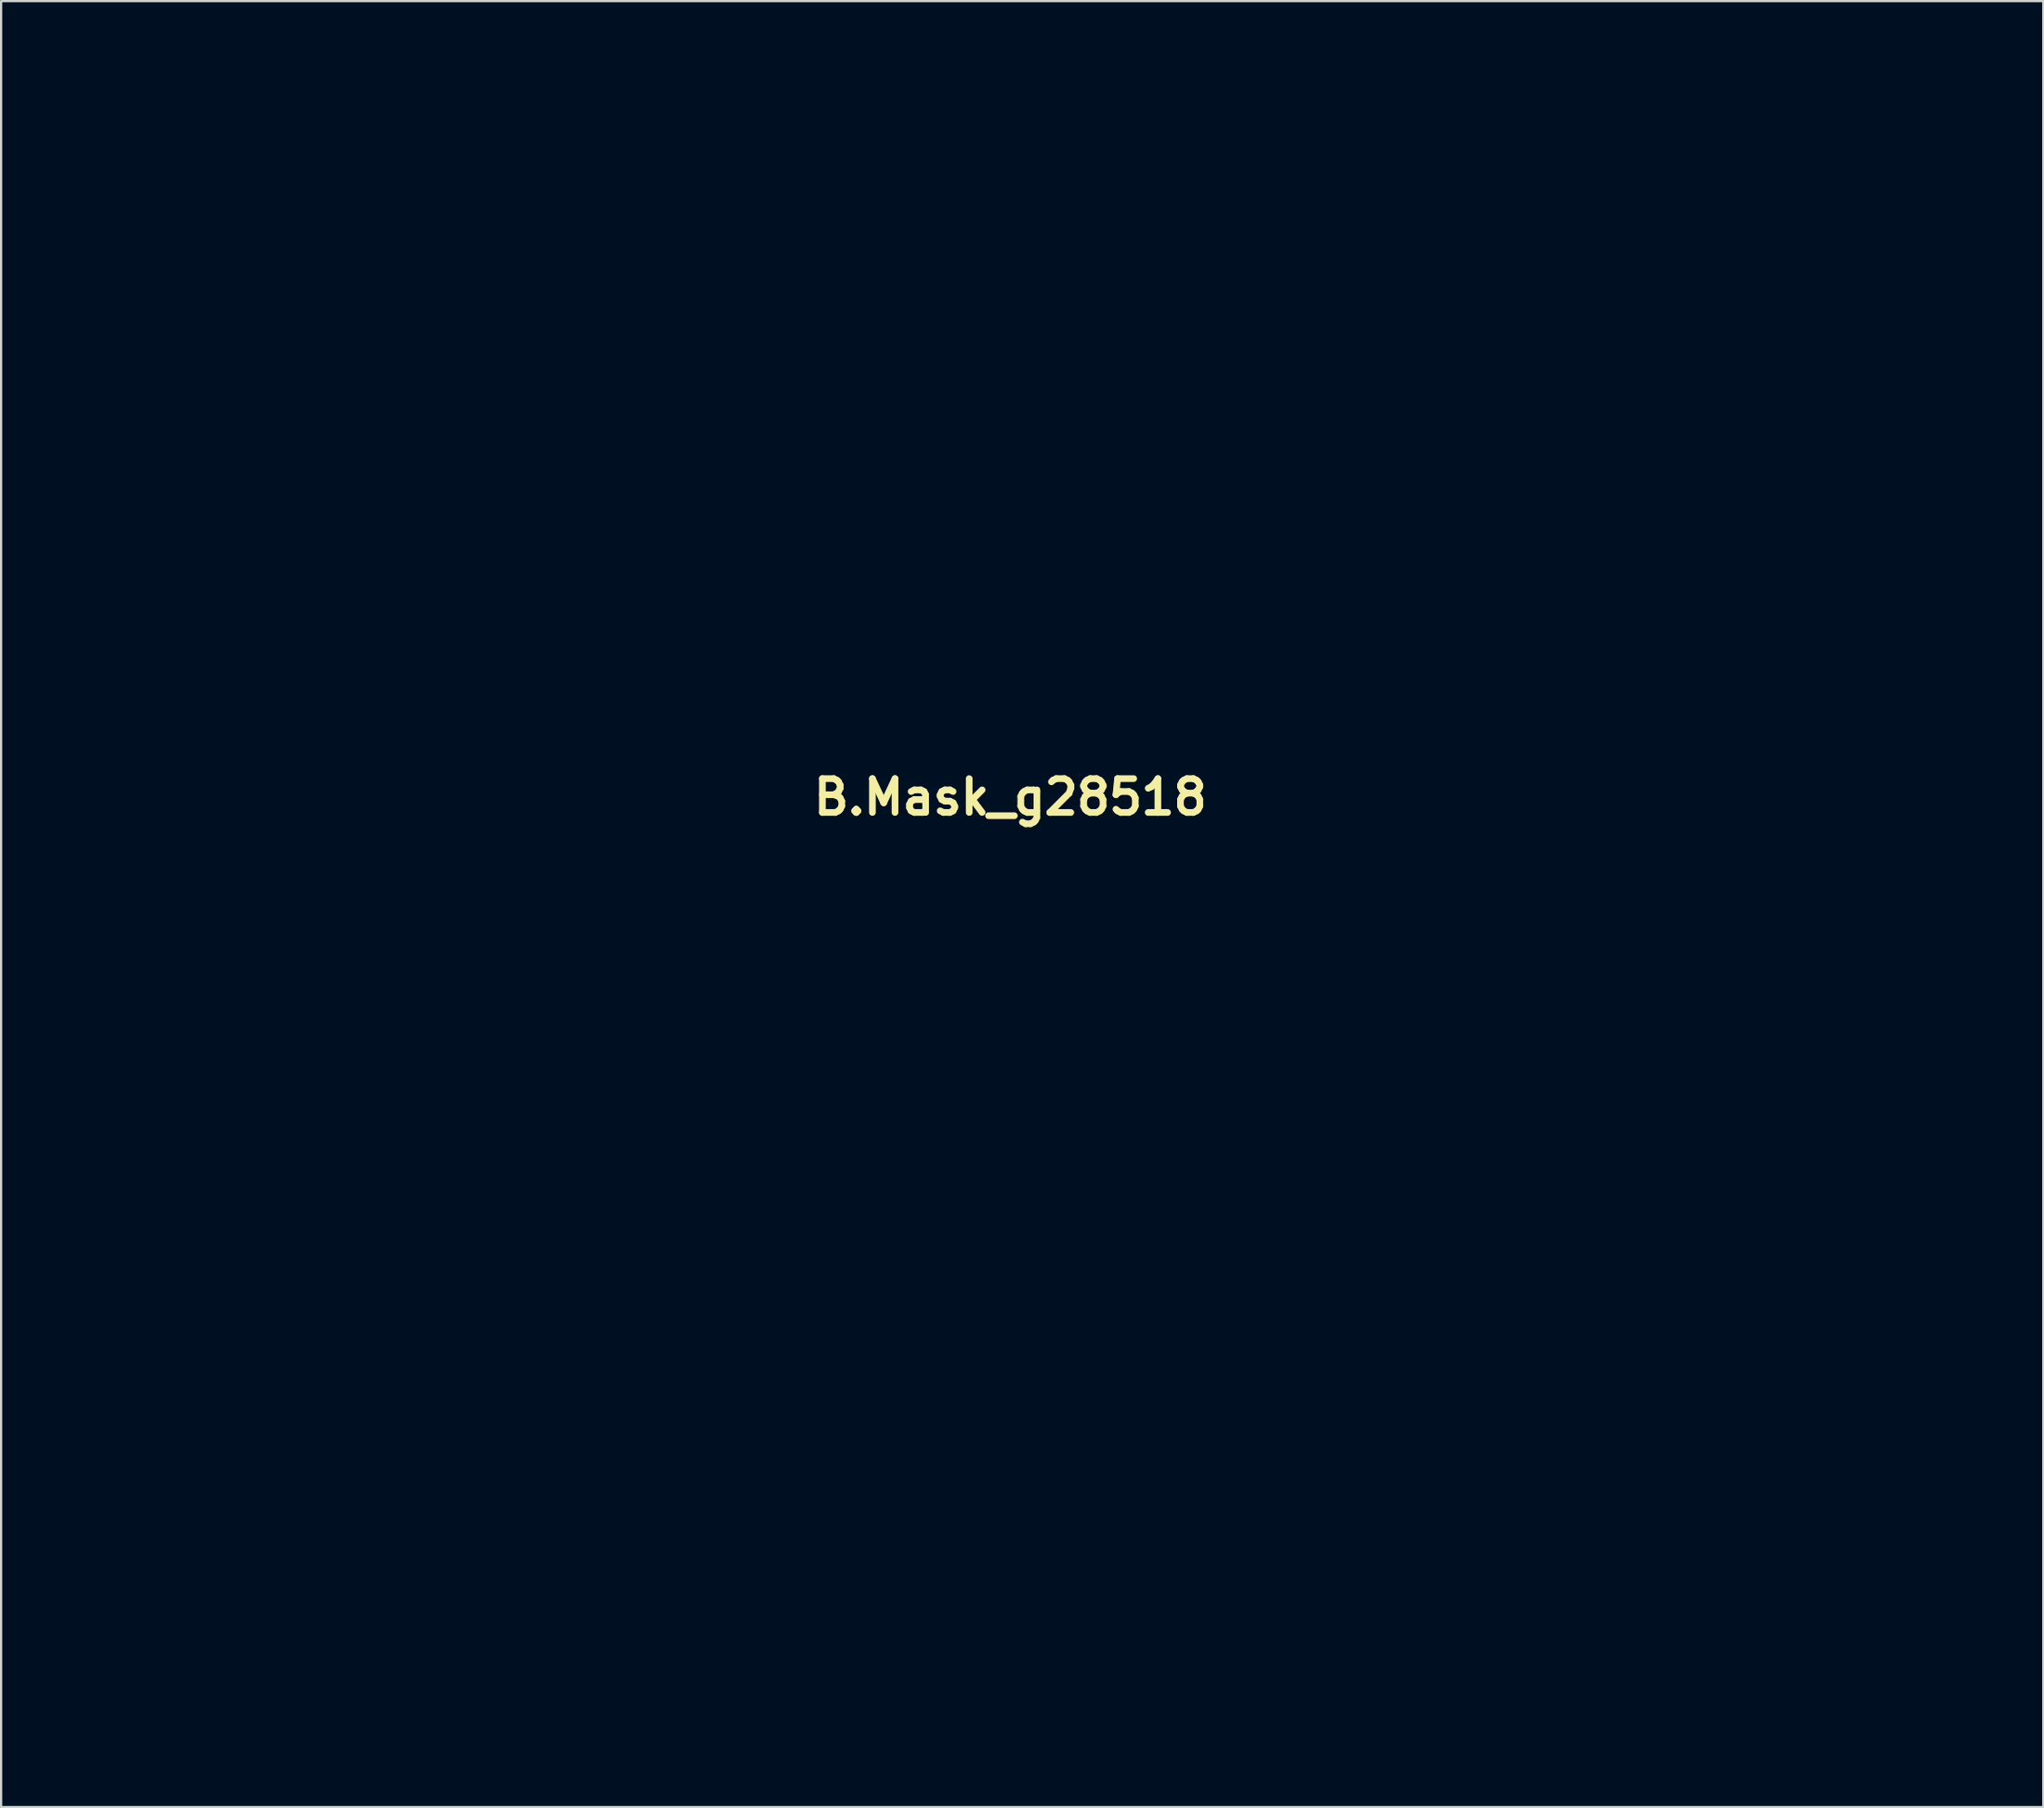
<source format=kicad_pcb>
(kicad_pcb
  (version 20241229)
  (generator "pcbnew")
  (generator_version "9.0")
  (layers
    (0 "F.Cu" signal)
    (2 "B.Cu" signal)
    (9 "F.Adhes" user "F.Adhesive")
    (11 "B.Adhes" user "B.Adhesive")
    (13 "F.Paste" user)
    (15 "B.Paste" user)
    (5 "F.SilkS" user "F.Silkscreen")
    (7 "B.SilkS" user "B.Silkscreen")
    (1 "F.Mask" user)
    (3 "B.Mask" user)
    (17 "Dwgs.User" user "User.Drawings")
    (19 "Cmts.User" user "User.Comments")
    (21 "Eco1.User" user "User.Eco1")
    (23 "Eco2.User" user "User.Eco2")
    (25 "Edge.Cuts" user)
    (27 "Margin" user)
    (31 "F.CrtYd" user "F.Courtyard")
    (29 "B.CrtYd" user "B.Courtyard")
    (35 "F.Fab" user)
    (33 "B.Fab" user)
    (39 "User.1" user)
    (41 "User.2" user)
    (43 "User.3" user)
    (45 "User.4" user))
  (footprint "B.Mask_g28518"
    (layer "F.Cu")
    (at 42.411 32.834)
    (property "Reference" "B.Mask_g28518" (at 0 0 0) (layer "F.SilkS") (effects (font (size 1.524 1.524) (thickness 0.3))))
    (attr through_hole)
    (fp_poly (pts (xy 40.063 12.781) (xy 40.375 12.859) (xy 40.673 12.976) (xy 40.89 13.092) (xy 41.205 13.301) (xy 41.485 13.535) (xy 41.73 13.794) (xy 41.942 14.078) (xy 42.121 14.387) (xy 42.266 14.723) (xy 42.303 14.828) (xy 42.376 15.066) (xy 42.434 15.303) (xy 42.477 15.548) (xy 42.509 15.811) (xy 42.53 16.1) (xy 42.538 16.32) (xy 42.539 16.75) (xy 42.517 17.198) (xy 42.473 17.667) (xy 42.405 18.158) (xy 42.313 18.676) (xy 42.198 19.22) (xy 42.058 19.796) (xy 41.955 20.182) (xy 41.871 20.481) (xy 41.792 20.747) (xy 41.714 20.988) (xy 41.634 21.214) (xy 41.549 21.432) (xy 41.456 21.652) (xy 41.351 21.881) (xy 41.231 22.129) (xy 41.221 22.151) (xy 40.989 22.599) (xy 40.728 23.063) (xy 40.444 23.535) (xy 40.14 24.007) (xy 39.824 24.472) (xy 39.499 24.92) (xy 39.172 25.344) (xy 38.988 25.569) (xy 38.857 25.725) (xy 38.706 25.9) (xy 38.538 26.093) (xy 38.354 26.302) (xy 38.156 26.524) (xy 37.946 26.757) (xy 37.726 27) (xy 37.498 27.251) (xy 37.263 27.507) (xy 37.024 27.767) (xy 36.783 28.028) (xy 36.54 28.289) (xy 36.299 28.548) (xy 36.061 28.802) (xy 35.827 29.05) (xy 35.6 29.29) (xy 35.382 29.519) (xy 35.174 29.736) (xy 34.979 29.939) (xy 34.797 30.125) (xy 34.632 30.293) (xy 34.484 30.441) (xy 34.357 30.566) (xy 34.25 30.667) (xy 34.168 30.742) (xy 34.11 30.788) (xy 34.089 30.802) (xy 33.999 30.823) (xy 33.947 30.818) (xy 33.907 30.81) (xy 33.873 30.797) (xy 33.839 30.775) (xy 33.8 30.739) (xy 33.75 30.684) (xy 33.685 30.605) (xy 33.602 30.501) (xy 33.421 30.267) (xy 33.221 30.001) (xy 33.007 29.705) (xy 32.78 29.384) (xy 32.544 29.042) (xy 32.301 28.682) (xy 32.265 28.628) (xy 32.046 28.293) (xy 31.854 27.986) (xy 31.686 27.7) (xy 31.542 27.432) (xy 31.419 27.178) (xy 31.316 26.931) (xy 31.232 26.688) (xy 31.164 26.444) (xy 31.111 26.194) (xy 31.071 25.934) (xy 31.043 25.659) (xy 31.024 25.365) (xy 31.017 25.157) (xy 31.014 24.987) (xy 31.014 24.783) (xy 31.016 24.553) (xy 31.021 24.305) (xy 31.028 24.046) (xy 31.037 23.785) (xy 31.048 23.529) (xy 31.06 23.287) (xy 31.073 23.067) (xy 31.074 23.05) (xy 31.103 22.707) (xy 31.141 22.392) (xy 31.192 22.093) (xy 31.257 21.798) (xy 31.338 21.494) (xy 31.371 21.384) (xy 31.589 20.719) (xy 31.836 20.066) (xy 32.109 19.427) (xy 32.407 18.805) (xy 32.729 18.202) (xy 33.074 17.62) (xy 33.44 17.059) (xy 33.825 16.523) (xy 34.228 16.013) (xy 34.647 15.532) (xy 35.082 15.081) (xy 35.53 14.661) (xy 35.991 14.276) (xy 36.462 13.927) (xy 36.942 13.615) (xy 37.43 13.344) (xy 37.458 13.329) (xy 37.877 13.134) (xy 38.279 12.977) (xy 38.666 12.859) (xy 39.038 12.781) (xy 39.394 12.742) (xy 39.736 12.742) (xy 40.063 12.781)) (stroke (width 0.01) (type solid)) (fill yes) (layer "B.Mask"))
    (fp_poly (pts (xy 39.836 -5.193) (xy 39.997 -5.185) (xy 40.138 -5.17) (xy 40.217 -5.156) (xy 40.532 -5.067) (xy 40.833 -4.938) (xy 41.116 -4.773) (xy 41.381 -4.571) (xy 41.624 -4.336) (xy 41.844 -4.067) (xy 41.995 -3.842) (xy 42.1 -3.65) (xy 42.204 -3.42) (xy 42.308 -3.153) (xy 42.411 -2.852) (xy 42.513 -2.52) (xy 42.612 -2.16) (xy 42.708 -1.775) (xy 42.801 -1.368) (xy 42.89 -0.942) (xy 42.975 -0.499) (xy 43.054 -0.042) (xy 43.128 0.425) (xy 43.195 0.9) (xy 43.256 1.38) (xy 43.309 1.862) (xy 43.354 2.343) (xy 43.391 2.821) (xy 43.412 3.175) (xy 43.426 3.438) (xy 43.438 3.662) (xy 43.448 3.851) (xy 43.456 4.009) (xy 43.462 4.139) (xy 43.467 4.245) (xy 43.471 4.331) (xy 43.474 4.4) (xy 43.475 4.455) (xy 43.476 4.501) (xy 43.476 4.541) (xy 43.476 4.542) (xy 43.476 4.692) (xy 42.889 5.156) (xy 42.417 5.528) (xy 41.976 5.875) (xy 41.565 6.198) (xy 41.182 6.499) (xy 40.825 6.779) (xy 40.492 7.039) (xy 40.181 7.281) (xy 39.891 7.506) (xy 39.621 7.716) (xy 39.367 7.912) (xy 39.129 8.094) (xy 38.905 8.265) (xy 38.693 8.427) (xy 38.491 8.579) (xy 38.298 8.724) (xy 38.185 8.809) (xy 37.788 9.102) (xy 37.422 9.367) (xy 37.086 9.606) (xy 36.779 9.818) (xy 36.5 10.004) (xy 36.248 10.166) (xy 36.023 10.302) (xy 35.822 10.415) (xy 35.646 10.504) (xy 35.494 10.57) (xy 35.456 10.584) (xy 35.338 10.624) (xy 35.189 10.668) (xy 35.021 10.714) (xy 34.846 10.758) (xy 34.675 10.799) (xy 34.52 10.832) (xy 34.438 10.847) (xy 34.323 10.863) (xy 34.18 10.876) (xy 34.021 10.885) (xy 33.857 10.891) (xy 33.699 10.892) (xy 33.557 10.889) (xy 33.443 10.882) (xy 33.414 10.878) (xy 33.086 10.814) (xy 32.78 10.714) (xy 32.493 10.578) (xy 32.222 10.405) (xy 31.966 10.192) (xy 31.827 10.053) (xy 31.598 9.783) (xy 31.394 9.479) (xy 31.217 9.145) (xy 31.066 8.782) (xy 30.943 8.391) (xy 30.848 7.975) (xy 30.816 7.785) (xy 30.797 7.627) (xy 30.782 7.438) (xy 30.772 7.226) (xy 30.767 7.004) (xy 30.766 6.78) (xy 30.771 6.566) (xy 30.781 6.371) (xy 30.794 6.223) (xy 30.856 5.707) (xy 30.922 5.227) (xy 30.994 4.778) (xy 31.072 4.353) (xy 31.158 3.947) (xy 31.253 3.555) (xy 31.359 3.169) (xy 31.476 2.785) (xy 31.57 2.5) (xy 31.764 1.971) (xy 31.985 1.445) (xy 32.228 0.93) (xy 32.49 0.433) (xy 32.766 -0.035) (xy 32.94 -0.303) (xy 33.221 -0.698) (xy 33.537 -1.102) (xy 33.885 -1.508) (xy 34.258 -1.914) (xy 34.653 -2.312) (xy 35.065 -2.699) (xy 35.489 -3.07) (xy 35.719 -3.259) (xy 36.102 -3.558) (xy 36.487 -3.838) (xy 36.869 -4.096) (xy 37.247 -4.331) (xy 37.616 -4.541) (xy 37.975 -4.726) (xy 38.319 -4.882) (xy 38.647 -5.01) (xy 38.956 -5.106) (xy 39.222 -5.167) (xy 39.346 -5.183) (xy 39.498 -5.193) (xy 39.666 -5.196) (xy 39.836 -5.193)) (stroke (width 0.01) (type solid)) (fill yes) (layer "B.Mask"))
    (fp_poly (pts (xy 28.734 -3.723) (xy 28.77 -3.68) (xy 28.795 -3.604) (xy 28.812 -3.51) (xy 28.818 -3.438) (xy 28.822 -3.329) (xy 28.825 -3.19) (xy 28.825 -3.025) (xy 28.824 -2.84) (xy 28.821 -2.642) (xy 28.817 -2.435) (xy 28.811 -2.226) (xy 28.803 -2.02) (xy 28.795 -1.823) (xy 28.785 -1.641) (xy 28.777 -1.513) (xy 28.734 -0.953) (xy 28.688 -0.429) (xy 28.637 0.062) (xy 28.58 0.526) (xy 28.517 0.968) (xy 28.446 1.392) (xy 28.367 1.805) (xy 28.278 2.209) (xy 28.179 2.612) (xy 28.069 3.018) (xy 27.946 3.431) (xy 27.81 3.857) (xy 27.663 4.292) (xy 27.477 4.806) (xy 27.271 5.33) (xy 27.049 5.858) (xy 26.815 6.381) (xy 26.572 6.893) (xy 26.324 7.385) (xy 26.073 7.85) (xy 25.833 8.266) (xy 25.575 8.681) (xy 25.294 9.102) (xy 24.995 9.525) (xy 24.68 9.947) (xy 24.353 10.363) (xy 24.016 10.772) (xy 23.673 11.168) (xy 23.326 11.549) (xy 22.979 11.911) (xy 22.635 12.251) (xy 22.297 12.565) (xy 21.968 12.85) (xy 21.651 13.101) (xy 21.445 13.251) (xy 21.156 13.435) (xy 20.857 13.592) (xy 20.555 13.719) (xy 20.258 13.812) (xy 20.066 13.854) (xy 19.976 13.866) (xy 19.852 13.876) (xy 19.7 13.885) (xy 19.53 13.891) (xy 19.347 13.896) (xy 19.16 13.899) (xy 18.977 13.899) (xy 18.805 13.897) (xy 18.652 13.893) (xy 18.526 13.885) (xy 18.521 13.885) (xy 18.321 13.867) (xy 18.157 13.847) (xy 18.02 13.823) (xy 17.903 13.794) (xy 17.8 13.757) (xy 17.702 13.71) (xy 17.603 13.651) (xy 17.561 13.624) (xy 17.338 13.45) (xy 17.131 13.239) (xy 16.942 12.991) (xy 16.772 12.709) (xy 16.62 12.394) (xy 16.489 12.046) (xy 16.377 11.668) (xy 16.286 11.26) (xy 16.217 10.825) (xy 16.202 10.7) (xy 16.171 10.321) (xy 16.157 9.912) (xy 16.16 9.483) (xy 16.18 9.042) (xy 16.216 8.598) (xy 16.268 8.159) (xy 16.334 7.734) (xy 16.415 7.332) (xy 16.448 7.195) (xy 16.518 6.927) (xy 16.597 6.66) (xy 16.688 6.389) (xy 16.791 6.11) (xy 16.909 5.817) (xy 17.045 5.504) (xy 17.199 5.166) (xy 17.375 4.798) (xy 17.376 4.794) (xy 17.738 4.089) (xy 18.119 3.419) (xy 18.521 2.785) (xy 18.947 2.184) (xy 19.396 1.615) (xy 19.871 1.075) (xy 20.373 0.564) (xy 20.904 0.079) (xy 21.465 -0.381) (xy 22.057 -0.817) (xy 22.682 -1.231) (xy 22.818 -1.316) (xy 23.064 -1.464) (xy 23.322 -1.614) (xy 23.584 -1.76) (xy 23.841 -1.898) (xy 24.086 -2.024) (xy 24.31 -2.134) (xy 24.464 -2.205) (xy 24.641 -2.282) (xy 24.843 -2.367) (xy 25.065 -2.458) (xy 25.304 -2.554) (xy 25.556 -2.654) (xy 25.819 -2.756) (xy 26.088 -2.86) (xy 26.36 -2.963) (xy 26.632 -3.066) (xy 26.901 -3.165) (xy 27.162 -3.261) (xy 27.413 -3.352) (xy 27.65 -3.436) (xy 27.87 -3.512) (xy 28.069 -3.58) (xy 28.243 -3.637) (xy 28.39 -3.683) (xy 28.506 -3.716) (xy 28.587 -3.735) (xy 28.609 -3.739) (xy 28.682 -3.741) (xy 28.734 -3.723)) (stroke (width 0.01) (type solid)) (fill yes) (layer "B.Mask"))
    (fp_poly (pts (xy 15.09 16.924) (xy 15.367 16.926) (xy 15.623 16.929) (xy 15.853 16.933) (xy 16.052 16.939) (xy 16.217 16.946) (xy 16.298 16.951) (xy 16.656 16.982) (xy 16.974 17.019) (xy 17.258 17.066) (xy 17.509 17.122) (xy 17.732 17.19) (xy 17.93 17.27) (xy 18.105 17.363) (xy 18.262 17.472) (xy 18.403 17.596) (xy 18.532 17.738) (xy 18.59 17.813) (xy 18.762 18.073) (xy 18.916 18.37) (xy 19.052 18.703) (xy 19.169 19.071) (xy 19.266 19.472) (xy 19.344 19.905) (xy 19.382 20.182) (xy 19.396 20.333) (xy 19.407 20.517) (xy 19.415 20.728) (xy 19.42 20.956) (xy 19.421 21.194) (xy 19.42 21.433) (xy 19.416 21.666) (xy 19.408 21.884) (xy 19.398 22.078) (xy 19.384 22.242) (xy 19.382 22.266) (xy 19.32 22.726) (xy 19.24 23.182) (xy 19.143 23.623) (xy 19.032 24.039) (xy 18.95 24.298) (xy 18.772 24.791) (xy 18.559 25.302) (xy 18.316 25.826) (xy 18.044 26.359) (xy 17.746 26.897) (xy 17.425 27.437) (xy 17.084 27.973) (xy 16.724 28.502) (xy 16.35 29.019) (xy 15.963 29.521) (xy 15.565 30.004) (xy 15.161 30.462) (xy 14.796 30.847) (xy 14.501 31.141) (xy 14.224 31.402) (xy 13.96 31.635) (xy 13.706 31.841) (xy 13.455 32.026) (xy 13.204 32.192) (xy 12.949 32.343) (xy 12.684 32.483) (xy 12.647 32.501) (xy 12.218 32.695) (xy 11.793 32.85) (xy 11.362 32.972) (xy 10.916 33.062) (xy 10.696 33.094) (xy 10.563 33.107) (xy 10.401 33.117) (xy 10.222 33.122) (xy 10.035 33.123) (xy 9.85 33.121) (xy 9.679 33.115) (xy 9.531 33.104) (xy 9.43 33.092) (xy 9.161 33.04) (xy 8.924 32.969) (xy 8.714 32.876) (xy 8.524 32.758) (xy 8.347 32.611) (xy 8.247 32.511) (xy 8.054 32.278) (xy 7.881 32.008) (xy 7.727 31.7) (xy 7.593 31.354) (xy 7.477 30.971) (xy 7.382 30.55) (xy 7.305 30.091) (xy 7.248 29.595) (xy 7.216 29.178) (xy 7.204 28.894) (xy 7.2 28.608) (xy 7.207 28.321) (xy 7.223 28.028) (xy 7.25 27.73) (xy 7.288 27.422) (xy 7.338 27.105) (xy 7.4 26.774) (xy 7.475 26.43) (xy 7.563 26.068) (xy 7.665 25.688) (xy 7.78 25.288) (xy 7.911 24.865) (xy 8.057 24.417) (xy 8.218 23.943) (xy 8.396 23.44) (xy 8.59 22.907) (xy 8.802 22.341) (xy 9.031 21.741) (xy 9.205 21.292) (xy 9.257 21.158) (xy 9.32 20.999) (xy 9.392 20.817) (xy 9.471 20.615) (xy 9.557 20.397) (xy 9.649 20.165) (xy 9.744 19.923) (xy 9.843 19.673) (xy 9.944 19.419) (xy 10.045 19.164) (xy 10.145 18.911) (xy 10.244 18.662) (xy 10.339 18.422) (xy 10.43 18.192) (xy 10.516 17.976) (xy 10.595 17.778) (xy 10.666 17.599) (xy 10.728 17.444) (xy 10.78 17.315) (xy 10.82 17.215) (xy 10.848 17.147) (xy 10.861 17.115) (xy 10.863 17.113) (xy 10.888 17.105) (xy 10.947 17.092) (xy 11.033 17.077) (xy 11.137 17.06) (xy 11.251 17.043) (xy 11.367 17.027) (xy 11.478 17.013) (xy 11.575 17.001) (xy 11.61 16.998) (xy 11.752 16.987) (xy 11.931 16.977) (xy 12.143 16.968) (xy 12.384 16.959) (xy 12.649 16.951) (xy 12.934 16.945) (xy 13.233 16.939) (xy 13.543 16.934) (xy 13.859 16.93) (xy 14.176 16.927) (xy 14.49 16.925) (xy 14.796 16.924) (xy 15.09 16.924)) (stroke (width 0.01) (type solid)) (fill yes) (layer "B.Mask"))
    (fp_poly (pts (xy -23.427 -32.816) (xy -23.399 -32.794) (xy -23.384 -32.774) (xy -23.375 -32.746) (xy -23.37 -32.701) (xy -23.371 -32.631) (xy -23.375 -32.53) (xy -23.377 -32.492) (xy -23.392 -32.261) (xy -23.412 -31.993) (xy -23.437 -31.693) (xy -23.466 -31.367) (xy -23.499 -31.018) (xy -23.536 -30.652) (xy -23.576 -30.273) (xy -23.617 -29.887) (xy -23.661 -29.498) (xy -23.706 -29.111) (xy -23.751 -28.731) (xy -23.797 -28.363) (xy -23.841 -28.012) (xy -23.885 -27.682) (xy -23.928 -27.379) (xy -23.968 -27.107) (xy -24.006 -26.872) (xy -24.015 -26.821) (xy -24.136 -26.188) (xy -24.279 -25.586) (xy -24.446 -25.005) (xy -24.639 -24.437) (xy -24.862 -23.874) (xy -25.117 -23.309) (xy -25.324 -22.892) (xy -25.527 -22.507) (xy -25.74 -22.125) (xy -25.962 -21.747) (xy -26.189 -21.376) (xy -26.421 -21.016) (xy -26.654 -20.669) (xy -26.888 -20.337) (xy -27.119 -20.025) (xy -27.346 -19.733) (xy -27.567 -19.466) (xy -27.78 -19.227) (xy -27.982 -19.017) (xy -28.172 -18.839) (xy -28.348 -18.697) (xy -28.381 -18.674) (xy -28.515 -18.589) (xy -28.632 -18.535) (xy -28.742 -18.508) (xy -28.854 -18.507) (xy -28.872 -18.509) (xy -28.952 -18.513) (xy -29.024 -18.505) (xy -29.093 -18.481) (xy -29.164 -18.437) (xy -29.241 -18.372) (xy -29.33 -18.28) (xy -29.433 -18.16) (xy -29.531 -18.039) (xy -29.6 -17.955) (xy -29.661 -17.883) (xy -29.709 -17.831) (xy -29.737 -17.804) (xy -29.742 -17.801) (xy -29.767 -17.81) (xy -29.823 -17.834) (xy -29.906 -17.871) (xy -30.008 -17.919) (xy -30.124 -17.973) (xy -30.148 -17.984) (xy -30.299 -18.055) (xy -30.419 -18.108) (xy -30.513 -18.144) (xy -30.585 -18.167) (xy -30.64 -18.177) (xy -30.644 -18.177) (xy -30.755 -18.187) (xy -30.909 -18.031) (xy -31.005 -17.928) (xy -31.099 -17.811) (xy -31.197 -17.675) (xy -31.3 -17.515) (xy -31.414 -17.326) (xy -31.517 -17.146) (xy -31.584 -17.027) (xy -31.651 -16.911) (xy -31.712 -16.808) (xy -31.762 -16.727) (xy -31.792 -16.681) (xy -31.914 -16.526) (xy -32.044 -16.41) (xy -32.19 -16.328) (xy -32.356 -16.275) (xy -32.455 -16.257) (xy -32.542 -16.249) (xy -32.661 -16.243) (xy -32.801 -16.24) (xy -32.953 -16.238) (xy -33.107 -16.239) (xy -33.251 -16.242) (xy -33.376 -16.248) (xy -33.472 -16.255) (xy -33.475 -16.256) (xy -33.67 -16.292) (xy -33.838 -16.355) (xy -33.987 -16.449) (xy -34.126 -16.579) (xy -34.188 -16.652) (xy -34.386 -16.923) (xy -34.557 -17.218) (xy -34.704 -17.539) (xy -34.826 -17.89) (xy -34.926 -18.273) (xy -34.986 -18.584) (xy -35.006 -18.707) (xy -35.023 -18.834) (xy -35.039 -18.97) (xy -35.053 -19.121) (xy -35.066 -19.293) (xy -35.079 -19.49) (xy -35.092 -19.719) (xy -35.104 -19.957) (xy -35.135 -20.578) (xy -34.643 -21.322) (xy -34.361 -21.743) (xy -34.089 -22.142) (xy -33.819 -22.526) (xy -33.548 -22.902) (xy -33.27 -23.276) (xy -32.98 -23.656) (xy -32.673 -24.049) (xy -32.344 -24.462) (xy -32.185 -24.659) (xy -31.768 -25.166) (xy -31.337 -25.675) (xy -30.897 -26.184) (xy -30.449 -26.688) (xy -29.997 -27.185) (xy -29.545 -27.67) (xy -29.096 -28.141) (xy -28.654 -28.593) (xy -28.221 -29.023) (xy -27.8 -29.429) (xy -27.396 -29.805) (xy -27.019 -30.142) (xy -26.768 -30.36) (xy -26.511 -30.579) (xy -26.25 -30.797) (xy -25.988 -31.013) (xy -25.726 -31.225) (xy -25.468 -31.431) (xy -25.215 -31.63) (xy -24.97 -31.82) (xy -24.735 -31.999) (xy -24.512 -32.165) (xy -24.304 -32.316) (xy -24.113 -32.452) (xy -23.941 -32.569) (xy -23.791 -32.667) (xy -23.664 -32.743) (xy -23.564 -32.797) (xy -23.493 -32.825) (xy -23.465 -32.83) (xy -23.427 -32.816)) (stroke (width 0.01) (type solid)) (fill yes) (layer "B.Mask"))
    (fp_poly (pts (xy 25.591 26.085) (xy 25.795 26.087) (xy 25.988 26.092) (xy 26.163 26.098) (xy 26.313 26.106) (xy 26.432 26.116) (xy 26.469 26.121) (xy 26.701 26.17) (xy 26.919 26.255) (xy 27.126 26.377) (xy 27.327 26.538) (xy 27.443 26.653) (xy 27.643 26.888) (xy 27.829 27.16) (xy 28 27.467) (xy 28.154 27.804) (xy 28.29 28.169) (xy 28.405 28.559) (xy 28.446 28.723) (xy 28.489 28.909) (xy 28.522 29.074) (xy 28.546 29.227) (xy 28.564 29.379) (xy 28.575 29.539) (xy 28.582 29.718) (xy 28.584 29.926) (xy 28.584 30.014) (xy 28.573 30.446) (xy 28.541 30.876) (xy 28.486 31.312) (xy 28.408 31.76) (xy 28.306 32.226) (xy 28.178 32.717) (xy 28.14 32.851) (xy 27.927 33.532) (xy 27.684 34.21) (xy 27.411 34.88) (xy 27.113 35.538) (xy 26.789 36.179) (xy 26.444 36.799) (xy 26.079 37.393) (xy 25.697 37.957) (xy 25.299 38.487) (xy 25.115 38.714) (xy 24.929 38.933) (xy 24.723 39.165) (xy 24.503 39.406) (xy 24.273 39.649) (xy 24.041 39.89) (xy 23.811 40.121) (xy 23.588 40.338) (xy 23.38 40.534) (xy 23.19 40.704) (xy 23.156 40.733) (xy 22.718 41.09) (xy 22.284 41.406) (xy 21.853 41.68) (xy 21.427 41.914) (xy 21.006 42.107) (xy 20.589 42.258) (xy 20.178 42.367) (xy 19.772 42.435) (xy 19.744 42.438) (xy 19.638 42.446) (xy 19.505 42.452) (xy 19.354 42.456) (xy 19.195 42.457) (xy 19.039 42.456) (xy 18.895 42.452) (xy 18.773 42.446) (xy 18.683 42.438) (xy 18.68 42.437) (xy 18.484 42.396) (xy 18.269 42.325) (xy 18.041 42.229) (xy 17.943 42.181) (xy 17.824 42.118) (xy 17.673 42.033) (xy 17.495 41.93) (xy 17.294 41.811) (xy 17.072 41.678) (xy 16.835 41.533) (xy 16.586 41.379) (xy 16.329 41.219) (xy 16.069 41.053) (xy 16.002 41.011) (xy 15.689 40.811) (xy 15.397 40.625) (xy 15.128 40.454) (xy 14.884 40.299) (xy 14.666 40.162) (xy 14.477 40.043) (xy 14.318 39.944) (xy 14.19 39.865) (xy 14.097 39.808) (xy 14.092 39.806) (xy 13.887 39.683) (xy 13.921 39.616) (xy 13.94 39.579) (xy 13.979 39.506) (xy 14.034 39.402) (xy 14.104 39.27) (xy 14.189 39.112) (xy 14.285 38.931) (xy 14.393 38.73) (xy 14.509 38.511) (xy 14.633 38.279) (xy 14.763 38.036) (xy 14.898 37.783) (xy 15.036 37.526) (xy 15.175 37.266) (xy 15.314 37.006) (xy 15.452 36.749) (xy 15.586 36.498) (xy 15.715 36.257) (xy 15.839 36.027) (xy 15.954 35.811) (xy 15.987 35.751) (xy 16.293 35.18) (xy 16.582 34.645) (xy 16.853 34.145) (xy 17.109 33.677) (xy 17.349 33.24) (xy 17.575 32.833) (xy 17.789 32.453) (xy 17.99 32.1) (xy 18.181 31.77) (xy 18.362 31.463) (xy 18.534 31.178) (xy 18.699 30.911) (xy 18.858 30.662) (xy 19.01 30.429) (xy 19.159 30.211) (xy 19.304 30.005) (xy 19.447 29.81) (xy 19.588 29.624) (xy 19.73 29.446) (xy 19.872 29.274) (xy 20.016 29.106) (xy 20.164 28.94) (xy 20.315 28.776) (xy 20.471 28.611) (xy 20.626 28.451) (xy 20.927 28.151) (xy 21.21 27.883) (xy 21.481 27.642) (xy 21.747 27.424) (xy 22.013 27.225) (xy 22.283 27.041) (xy 22.565 26.867) (xy 22.863 26.7) (xy 23.125 26.563) (xy 23.343 26.455) (xy 23.533 26.365) (xy 23.702 26.293) (xy 23.857 26.236) (xy 24.007 26.192) (xy 24.158 26.158) (xy 24.319 26.134) (xy 24.497 26.116) (xy 24.701 26.102) (xy 24.818 26.096) (xy 24.991 26.09) (xy 25.182 26.086) (xy 25.385 26.084) (xy 25.591 26.085)) (stroke (width 0.01) (type solid)) (fill yes) (layer "B.Mask"))
    (fp_poly (pts (xy -34.459 -12.569) (xy -34.361 -12.568) (xy -34.296 -12.566) (xy -34.269 -12.563) (xy -34.269 -12.562) (xy -34.279 -12.534) (xy -34.308 -12.471) (xy -34.354 -12.379) (xy -34.415 -12.259) (xy -34.49 -12.115) (xy -34.577 -11.951) (xy -34.674 -11.769) (xy -34.779 -11.573) (xy -34.892 -11.366) (xy -35.009 -11.151) (xy -35.129 -10.932) (xy -35.251 -10.711) (xy -35.311 -10.604) (xy -35.432 -10.387) (xy -35.559 -10.159) (xy -35.688 -9.927) (xy -35.816 -9.697) (xy -35.939 -9.477) (xy -36.053 -9.274) (xy -36.153 -9.094) (xy -36.231 -8.954) (xy -36.455 -8.551) (xy -36.658 -8.182) (xy -36.839 -7.848) (xy -37.001 -7.546) (xy -37.144 -7.275) (xy -37.267 -7.035) (xy -37.372 -6.822) (xy -37.46 -6.638) (xy -37.53 -6.479) (xy -37.585 -6.345) (xy -37.623 -6.235) (xy -37.647 -6.148) (xy -37.655 -6.081) (xy -37.656 -6.074) (xy -37.649 -6.02) (xy -37.626 -5.965) (xy -37.584 -5.904) (xy -37.518 -5.831) (xy -37.424 -5.743) (xy -37.332 -5.662) (xy -37.192 -5.537) (xy -37.083 -5.433) (xy -37.005 -5.345) (xy -36.954 -5.27) (xy -36.927 -5.205) (xy -36.922 -5.146) (xy -36.925 -5.123) (xy -36.945 -5.078) (xy -36.984 -5.016) (xy -37.03 -4.955) (xy -37.108 -4.839) (xy -37.151 -4.723) (xy -37.157 -4.607) (xy -37.126 -4.489) (xy -37.057 -4.366) (xy -36.95 -4.239) (xy -36.804 -4.104) (xy -36.617 -3.962) (xy -36.513 -3.889) (xy -36.317 -3.755) (xy -36.156 -3.64) (xy -36.027 -3.542) (xy -35.929 -3.458) (xy -35.859 -3.388) (xy -35.815 -3.328) (xy -35.795 -3.278) (xy -35.793 -3.259) (xy -35.803 -3.227) (xy -35.831 -3.161) (xy -35.875 -3.066) (xy -35.933 -2.945) (xy -36.004 -2.802) (xy -36.085 -2.641) (xy -36.175 -2.466) (xy -36.271 -2.28) (xy -36.372 -2.088) (xy -36.476 -1.893) (xy -36.58 -1.699) (xy -36.682 -1.511) (xy -36.692 -1.492) (xy -36.772 -1.346) (xy -36.847 -1.208) (xy -36.915 -1.083) (xy -36.971 -0.977) (xy -37.014 -0.896) (xy -37.04 -0.845) (xy -37.044 -0.835) (xy -37.072 -0.777) (xy -37.113 -0.697) (xy -37.161 -0.607) (xy -37.181 -0.57) (xy -37.299 -0.355) (xy -37.422 -0.129) (xy -37.545 0.103) (xy -37.666 0.335) (xy -37.783 0.561) (xy -37.892 0.775) (xy -37.991 0.973) (xy -38.077 1.149) (xy -38.147 1.297) (xy -38.181 1.373) (xy -38.255 1.499) (xy -38.366 1.633) (xy -38.511 1.772) (xy -38.685 1.915) (xy -38.887 2.058) (xy -39.111 2.2) (xy -39.354 2.339) (xy -39.613 2.472) (xy -39.883 2.597) (xy -40.161 2.712) (xy -40.444 2.814) (xy -40.682 2.889) (xy -40.898 2.947) (xy -41.113 2.998) (xy -41.321 3.04) (xy -41.519 3.073) (xy -41.7 3.095) (xy -41.859 3.106) (xy -41.991 3.107) (xy -42.092 3.095) (xy -42.134 3.081) (xy -42.2 3.042) (xy -42.253 2.982) (xy -42.297 2.897) (xy -42.333 2.783) (xy -42.363 2.635) (xy -42.38 2.519) (xy -42.386 2.453) (xy -42.391 2.349) (xy -42.396 2.212) (xy -42.399 2.048) (xy -42.402 1.86) (xy -42.404 1.653) (xy -42.405 1.433) (xy -42.406 1.204) (xy -42.406 0.97) (xy -42.405 0.737) (xy -42.403 0.51) (xy -42.401 0.292) (xy -42.398 0.089) (xy -42.394 -0.094) (xy -42.39 -0.253) (xy -42.384 -0.383) (xy -42.38 -0.455) (xy -42.361 -0.727) (xy -42.34 -0.997) (xy -42.318 -1.258) (xy -42.296 -1.506) (xy -42.275 -1.733) (xy -42.255 -1.933) (xy -42.236 -2.099) (xy -42.229 -2.16) (xy -42.175 -2.543) (xy -42.106 -2.962) (xy -42.024 -3.411) (xy -41.93 -3.889) (xy -41.824 -4.389) (xy -41.708 -4.908) (xy -41.583 -5.442) (xy -41.45 -5.986) (xy -41.309 -6.538) (xy -41.162 -7.092) (xy -41.01 -7.644) (xy -40.854 -8.191) (xy -40.694 -8.728) (xy -40.532 -9.251) (xy -40.369 -9.757) (xy -40.295 -9.98) (xy -40.229 -10.176) (xy -40.159 -10.383) (xy -40.086 -10.597) (xy -40.012 -10.814) (xy -39.937 -11.03) (xy -39.864 -11.243) (xy -39.793 -11.447) (xy -39.727 -11.64) (xy -39.665 -11.817) (xy -39.609 -11.975) (xy -39.562 -12.11) (xy -39.523 -12.218) (xy -39.495 -12.296) (xy -39.478 -12.34) (xy -39.474 -12.348) (xy -39.448 -12.355) (xy -39.383 -12.365) (xy -39.284 -12.376) (xy -39.154 -12.388) (xy -38.996 -12.401) (xy -38.816 -12.414) (xy -38.616 -12.429) (xy -38.401 -12.443) (xy -38.173 -12.457) (xy -37.938 -12.471) (xy -37.699 -12.485) (xy -37.459 -12.497) (xy -37.223 -12.509) (xy -36.994 -12.519) (xy -36.777 -12.528) (xy -36.735 -12.53) (xy -36.558 -12.536) (xy -36.366 -12.541) (xy -36.161 -12.546) (xy -35.948 -12.551) (xy -35.732 -12.556) (xy -35.516 -12.56) (xy -35.304 -12.563) (xy -35.101 -12.566) (xy -34.911 -12.568) (xy -34.738 -12.569) (xy -34.586 -12.569) (xy -34.459 -12.569)) (stroke (width 0.01) (type solid)) (fill yes) (layer "B.Mask")))
  (gr_rect
    (start -3 -3)
    (end 88.892 78.297)
    (stroke (width 0.1) (type default))
    (fill no)
    (layer "Edge.Cuts")))
</source>
